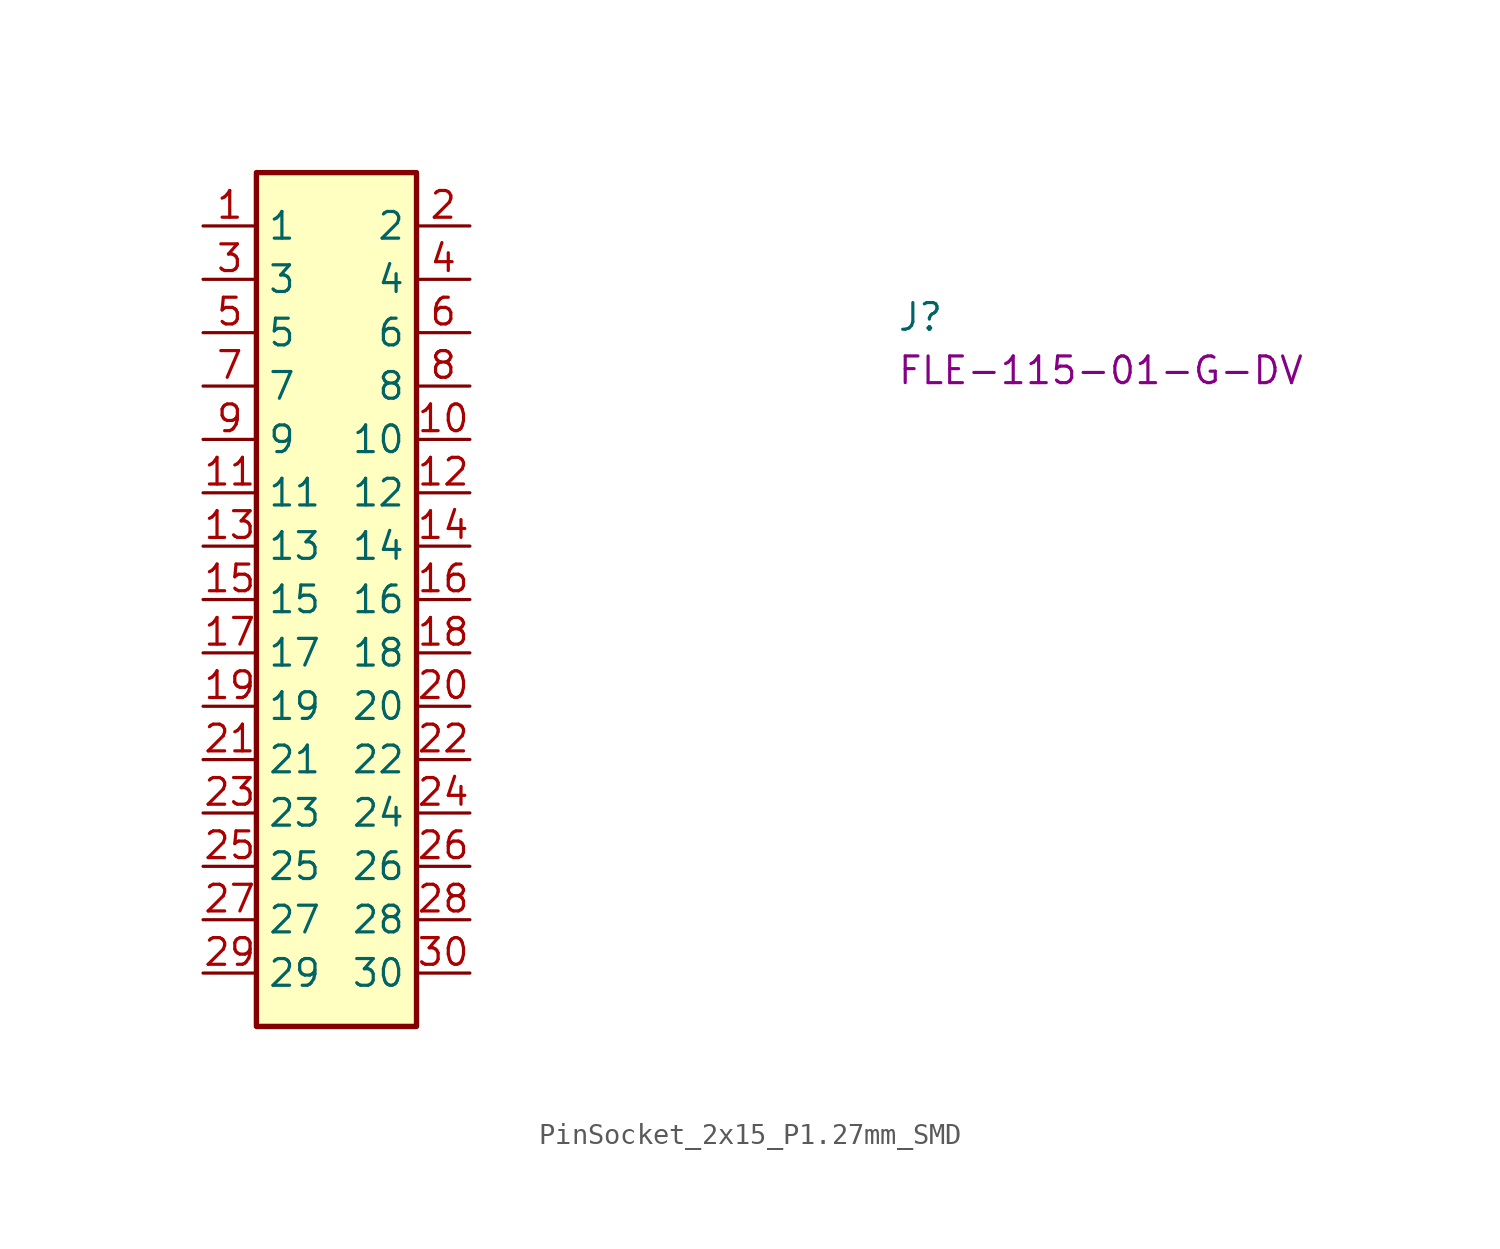
<source format=kicad_sym>
(kicad_symbol_lib
  (version 20220914)
  (generator kicad_symbol_editor)
  (symbol "PinSocket_2x15_P1.27mm_SMD"
    (property "Reference" "J"
      (at 33.02 -5.08 0)
      (effects (font (size 1.27 1.27) (thickness 0.15)) (justify left bottom)))
    (property "MPN" "FLE-115-01-G-DV"
      (at 33.02 -7.62 0)
      (effects (font (size 1.27 1.27) (thickness 0.15)) (justify left bottom)))
    (symbol "PinSocket_2x15_P1.27mm_SMD_1_1"
      (rectangle (start 2.54 2.54) (end 10.16 -38.1) (stroke (width 0.254) (type default)) (fill (type background)))
      (pin bidirectional line (at 0 0 0) (length 2.54) (name "1" (effects (font (size 1.27 1.27)))) (number "1" (effects (font (size 1.27 1.27)))))
      (pin bidirectional line (at 12.7 -10.16 180) (length 2.54) (name "10" (effects (font (size 1.27 1.27)))) (number "10" (effects (font (size 1.27 1.27)))))
      (pin bidirectional line (at 0 -12.7 0) (length 2.54) (name "11" (effects (font (size 1.27 1.27)))) (number "11" (effects (font (size 1.27 1.27)))))
      (pin bidirectional line (at 12.7 -12.7 180) (length 2.54) (name "12" (effects (font (size 1.27 1.27)))) (number "12" (effects (font (size 1.27 1.27)))))
      (pin bidirectional line (at 0 -15.24 0) (length 2.54) (name "13" (effects (font (size 1.27 1.27)))) (number "13" (effects (font (size 1.27 1.27)))))
      (pin bidirectional line (at 12.7 -15.24 180) (length 2.54) (name "14" (effects (font (size 1.27 1.27)))) (number "14" (effects (font (size 1.27 1.27)))))
      (pin bidirectional line (at 0 -17.78 0) (length 2.54) (name "15" (effects (font (size 1.27 1.27)))) (number "15" (effects (font (size 1.27 1.27)))))
      (pin bidirectional line (at 12.7 -17.78 180) (length 2.54) (name "16" (effects (font (size 1.27 1.27)))) (number "16" (effects (font (size 1.27 1.27)))))
      (pin bidirectional line (at 0 -20.32 0) (length 2.54) (name "17" (effects (font (size 1.27 1.27)))) (number "17" (effects (font (size 1.27 1.27)))))
      (pin bidirectional line (at 12.7 -20.32 180) (length 2.54) (name "18" (effects (font (size 1.27 1.27)))) (number "18" (effects (font (size 1.27 1.27)))))
      (pin bidirectional line (at 0 -22.86 0) (length 2.54) (name "19" (effects (font (size 1.27 1.27)))) (number "19" (effects (font (size 1.27 1.27)))))
      (pin bidirectional line (at 12.7 0 180) (length 2.54) (name "2" (effects (font (size 1.27 1.27)))) (number "2" (effects (font (size 1.27 1.27)))))
      (pin bidirectional line (at 12.7 -22.86 180) (length 2.54) (name "20" (effects (font (size 1.27 1.27)))) (number "20" (effects (font (size 1.27 1.27)))))
      (pin bidirectional line (at 0 -25.4 0) (length 2.54) (name "21" (effects (font (size 1.27 1.27)))) (number "21" (effects (font (size 1.27 1.27)))))
      (pin bidirectional line (at 12.7 -25.4 180) (length 2.54) (name "22" (effects (font (size 1.27 1.27)))) (number "22" (effects (font (size 1.27 1.27)))))
      (pin bidirectional line (at 0 -27.94 0) (length 2.54) (name "23" (effects (font (size 1.27 1.27)))) (number "23" (effects (font (size 1.27 1.27)))))
      (pin bidirectional line (at 12.7 -27.94 180) (length 2.54) (name "24" (effects (font (size 1.27 1.27)))) (number "24" (effects (font (size 1.27 1.27)))))
      (pin bidirectional line (at 0 -30.48 0) (length 2.54) (name "25" (effects (font (size 1.27 1.27)))) (number "25" (effects (font (size 1.27 1.27)))))
      (pin bidirectional line (at 12.7 -30.48 180) (length 2.54) (name "26" (effects (font (size 1.27 1.27)))) (number "26" (effects (font (size 1.27 1.27)))))
      (pin bidirectional line (at 0 -33.02 0) (length 2.54) (name "27" (effects (font (size 1.27 1.27)))) (number "27" (effects (font (size 1.27 1.27)))))
      (pin bidirectional line (at 12.7 -33.02 180) (length 2.54) (name "28" (effects (font (size 1.27 1.27)))) (number "28" (effects (font (size 1.27 1.27)))))
      (pin bidirectional line (at 0 -35.56 0) (length 2.54) (name "29" (effects (font (size 1.27 1.27)))) (number "29" (effects (font (size 1.27 1.27)))))
      (pin bidirectional line (at 0 -2.54 0) (length 2.54) (name "3" (effects (font (size 1.27 1.27)))) (number "3" (effects (font (size 1.27 1.27)))))
      (pin bidirectional line (at 12.7 -35.56 180) (length 2.54) (name "30" (effects (font (size 1.27 1.27)))) (number "30" (effects (font (size 1.27 1.27)))))
      (pin bidirectional line (at 12.7 -2.54 180) (length 2.54) (name "4" (effects (font (size 1.27 1.27)))) (number "4" (effects (font (size 1.27 1.27)))))
      (pin bidirectional line (at 0 -5.08 0) (length 2.54) (name "5" (effects (font (size 1.27 1.27)))) (number "5" (effects (font (size 1.27 1.27)))))
      (pin bidirectional line (at 12.7 -5.08 180) (length 2.54) (name "6" (effects (font (size 1.27 1.27)))) (number "6" (effects (font (size 1.27 1.27)))))
      (pin bidirectional line (at 0 -7.62 0) (length 2.54) (name "7" (effects (font (size 1.27 1.27)))) (number "7" (effects (font (size 1.27 1.27)))))
      (pin bidirectional line (at 12.7 -7.62 180) (length 2.54) (name "8" (effects (font (size 1.27 1.27)))) (number "8" (effects (font (size 1.27 1.27)))))
      (pin bidirectional line (at 0 -10.16 0) (length 2.54) (name "9" (effects (font (size 1.27 1.27)))) (number "9" (effects (font (size 1.27 1.27))))))))
</source>
